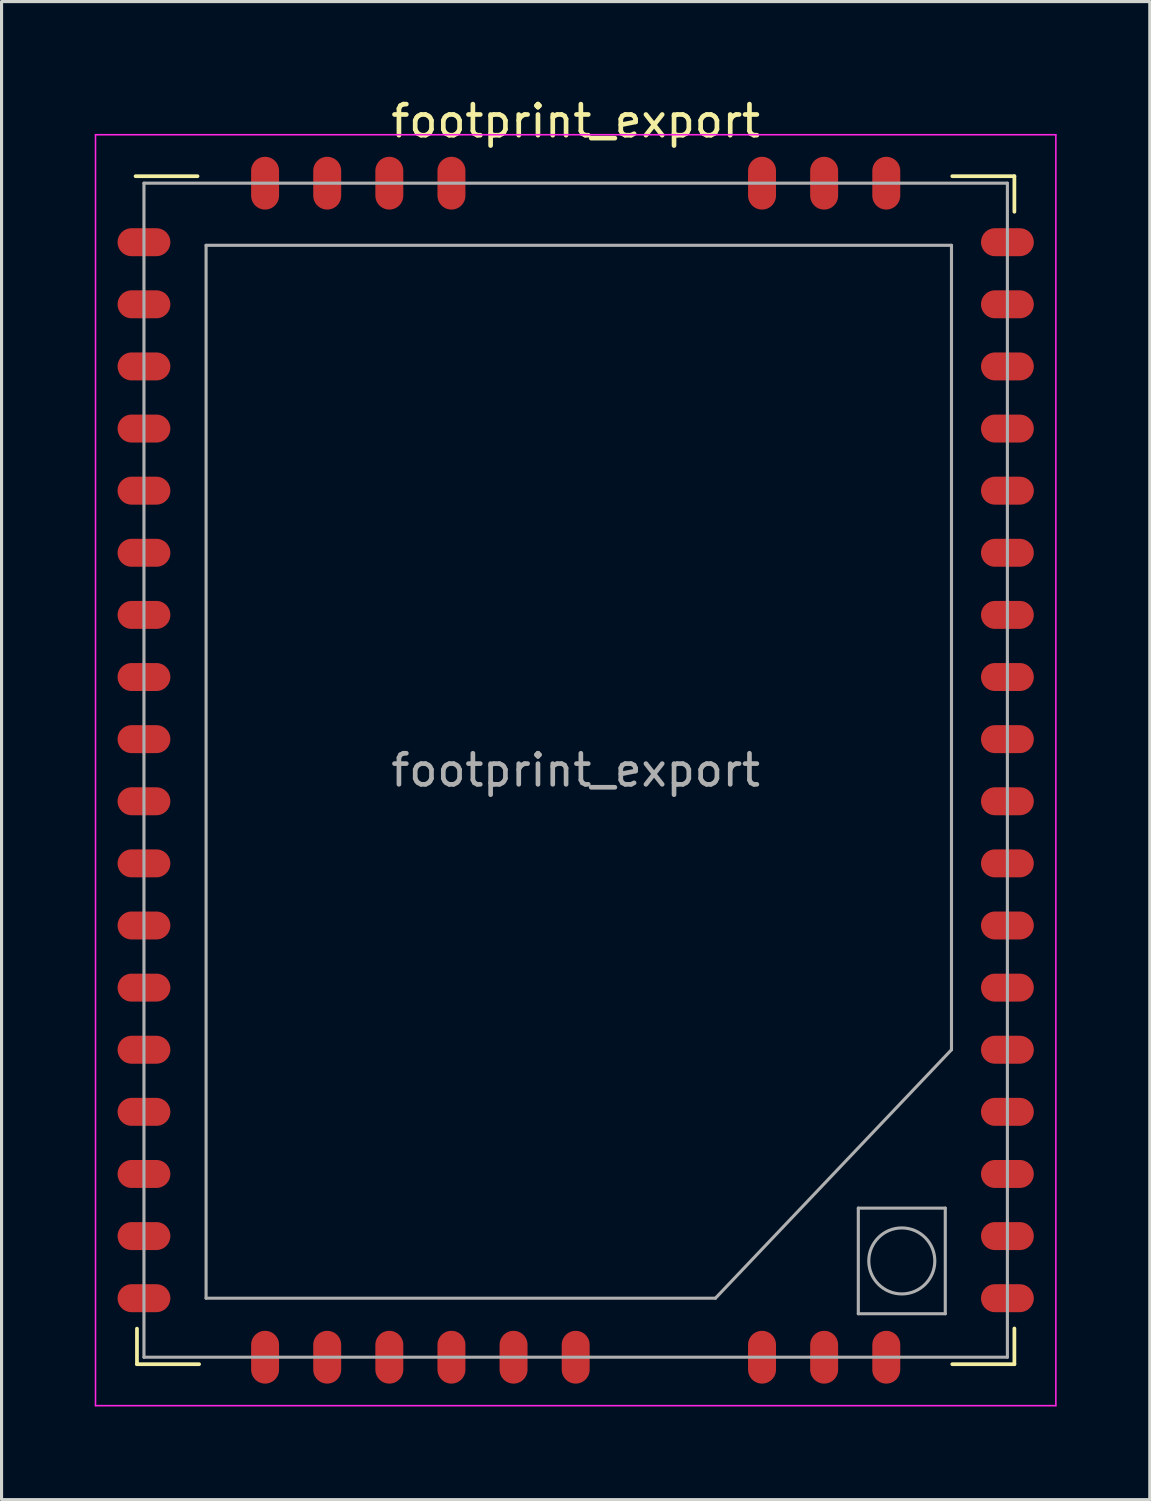
<source format=kicad_pcb>
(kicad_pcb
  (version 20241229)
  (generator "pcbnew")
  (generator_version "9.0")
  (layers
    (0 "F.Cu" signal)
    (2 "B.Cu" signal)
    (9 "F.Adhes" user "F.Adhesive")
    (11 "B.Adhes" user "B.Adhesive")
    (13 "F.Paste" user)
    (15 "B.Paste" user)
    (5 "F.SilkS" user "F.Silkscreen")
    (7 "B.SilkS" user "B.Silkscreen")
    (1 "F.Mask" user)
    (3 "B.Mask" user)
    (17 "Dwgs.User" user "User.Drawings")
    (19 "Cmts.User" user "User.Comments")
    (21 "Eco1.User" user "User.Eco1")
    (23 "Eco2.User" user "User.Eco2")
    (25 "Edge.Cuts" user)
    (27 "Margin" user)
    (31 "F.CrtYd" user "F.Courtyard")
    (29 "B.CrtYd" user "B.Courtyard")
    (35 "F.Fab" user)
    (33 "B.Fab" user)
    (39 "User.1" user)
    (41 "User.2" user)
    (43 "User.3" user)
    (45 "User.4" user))
  (footprint "footprint_export"
    (layer "F.Cu")
    (at 15.485 21.748)
    (property "Reference" "footprint_export" (at 0 -20.9 0) (layer "F.SilkS") (effects (font (size 1 1) (thickness 0.15))))
    (attr smd)
    (fp_line (start -14.17 -19.125) (end -12.175 -19.125) (stroke (width 0.12) (type solid)) (layer "F.SilkS"))
    (fp_line (start -14.125 17.98) (end -14.125 19.125) (stroke (width 0.12) (type solid)) (layer "F.SilkS"))
    (fp_line (start -12.125 19.125) (end -14.125 19.125) (stroke (width 0.12) (type solid)) (layer "F.SilkS"))
    (fp_line (start 12.125 -19.125) (end 14.125 -19.125) (stroke (width 0.12) (type solid)) (layer "F.SilkS"))
    (fp_line (start 12.125 19.125) (end 14.125 19.125) (stroke (width 0.12) (type solid)) (layer "F.SilkS"))
    (fp_line (start 14.125 -17.98) (end 14.125 -19.125) (stroke (width 0.12) (type solid)) (layer "F.SilkS"))
    (fp_line (start 14.125 17.975) (end 14.125 19.125) (stroke (width 0.12) (type solid)) (layer "F.SilkS"))
    (fp_line (start -15.46 -20.46) (end 15.46 -20.46) (stroke (width 0.05) (type solid)) (layer "F.CrtYd"))
    (fp_line (start -15.46 20.46) (end -15.46 -20.46) (stroke (width 0.05) (type solid)) (layer "F.CrtYd"))
    (fp_line (start 15.46 -20.46) (end 15.46 20.46) (stroke (width 0.05) (type solid)) (layer "F.CrtYd"))
    (fp_line (start 15.46 20.46) (end -15.46 20.46) (stroke (width 0.05) (type solid)) (layer "F.CrtYd"))
    (fp_line (start -13.9 -18.9) (end -13.9 18.9) (stroke (width 0.1) (type solid)) (layer "F.Fab"))
    (fp_line (start -13.9 18.9) (end 13.9 18.9) (stroke (width 0.1) (type solid)) (layer "F.Fab"))
    (fp_line (start -11.9 -16.9) (end -11.9 17) (stroke (width 0.1) (type solid)) (layer "F.Fab"))
    (fp_line (start -11.9 17) (end 4.5 17) (stroke (width 0.1) (type solid)) (layer "F.Fab"))
    (fp_line (start 4.5 17) (end 12.1 9) (stroke (width 0.1) (type solid)) (layer "F.Fab"))
    (fp_line (start 9.1 14.1) (end 11.9 14.1) (stroke (width 0.1) (type solid)) (layer "F.Fab"))
    (fp_line (start 9.1 17.5) (end 9.1 14.1) (stroke (width 0.1) (type solid)) (layer "F.Fab"))
    (fp_line (start 11.9 14.1) (end 11.9 17.5) (stroke (width 0.1) (type solid)) (layer "F.Fab"))
    (fp_line (start 11.9 17.5) (end 9.1 17.5) (stroke (width 0.1) (type solid)) (layer "F.Fab"))
    (fp_line (start 12.1 -16.9) (end -11.9 -16.9) (stroke (width 0.1) (type solid)) (layer "F.Fab"))
    (fp_line (start 12.1 9) (end 12.1 -16.9) (stroke (width 0.1) (type solid)) (layer "F.Fab"))
    (fp_line (start 13.9 -18.9) (end -13.9 -18.9) (stroke (width 0.1) (type solid)) (layer "F.Fab"))
    (fp_line (start 13.9 18.9) (end 13.9 -18.9) (stroke (width 0.1) (type solid)) (layer "F.Fab"))
    (fp_circle (center 10.5 15.8) (end 10.5 16.863) (stroke (width 0.1) (type solid)) (fill no) (layer "F.Fab"))
    (fp_text user "${REFERENCE}" (at 0 0 0) (layer "F.Fab") (effects (font (size 1 1) (thickness 0.15))))
    (pad "" smd custom (at -13.5 -17 180) (size 0.9 0.9) (layers "F.Paste") (options (anchor circle)) (primitives (gr_poly (pts (xy 1.27 0.45) (xy -0.01 0.45) (xy -0.01 -0.45) (xy 1.27 -0.45)) (width 0) (fill yes)) (gr_poly (pts (xy 1.63 0.63) (xy 0.76 0.63) (xy 0.76 -0.63) (xy 1.63 -0.63)) (width 0.2) (fill yes))))
    (pad "" smd custom (at -13.5 -15 180) (size 0.9 0.9) (layers "F.Paste") (options (anchor circle)) (primitives (gr_poly (pts (xy 1.27 0.45) (xy -0.01 0.45) (xy -0.01 -0.45) (xy 1.27 -0.45)) (width 0) (fill yes)) (gr_poly (pts (xy 1.63 0.63) (xy 0.76 0.63) (xy 0.76 -0.63) (xy 1.63 -0.63)) (width 0.2) (fill yes))))
    (pad "" smd custom (at -13.5 -13 180) (size 0.9 0.9) (layers "F.Paste") (options (anchor circle)) (primitives (gr_poly (pts (xy 1.27 0.45) (xy -0.01 0.45) (xy -0.01 -0.45) (xy 1.27 -0.45)) (width 0) (fill yes)) (gr_poly (pts (xy 1.63 0.63) (xy 0.76 0.63) (xy 0.76 -0.63) (xy 1.63 -0.63)) (width 0.2) (fill yes))))
    (pad "" smd custom (at -13.5 -9 180) (size 0.9 0.9) (layers "F.Paste") (options (anchor circle)) (primitives (gr_poly (pts (xy 1.27 0.45) (xy -0.01 0.45) (xy -0.01 -0.45) (xy 1.27 -0.45)) (width 0) (fill yes)) (gr_poly (pts (xy 1.63 0.63) (xy 0.76 0.63) (xy 0.76 -0.63) (xy 1.63 -0.63)) (width 0.2) (fill yes))))
    (pad "" smd custom (at -13.5 -7 180) (size 0.9 0.9) (layers "F.Paste") (options (anchor circle)) (primitives (gr_poly (pts (xy 1.27 0.45) (xy -0.01 0.45) (xy -0.01 -0.45) (xy 1.27 -0.45)) (width 0) (fill yes)) (gr_poly (pts (xy 1.63 0.63) (xy 0.76 0.63) (xy 0.76 -0.63) (xy 1.63 -0.63)) (width 0.2) (fill yes))))
    (pad "" smd custom (at -13.5 -5 180) (size 0.9 0.9) (layers "F.Paste") (options (anchor circle)) (primitives (gr_poly (pts (xy 1.27 0.45) (xy -0.01 0.45) (xy -0.01 -0.45) (xy 1.27 -0.45)) (width 0) (fill yes)) (gr_poly (pts (xy 1.63 0.63) (xy 0.76 0.63) (xy 0.76 -0.63) (xy 1.63 -0.63)) (width 0.2) (fill yes))))
    (pad "" smd custom (at -13.5 -3 180) (size 0.9 0.9) (layers "F.Paste") (options (anchor circle)) (primitives (gr_poly (pts (xy 1.27 0.45) (xy -0.01 0.45) (xy -0.01 -0.45) (xy 1.27 -0.45)) (width 0) (fill yes)) (gr_poly (pts (xy 1.63 0.63) (xy 0.76 0.63) (xy 0.76 -0.63) (xy 1.63 -0.63)) (width 0.2) (fill yes))))
    (pad "" smd custom (at -13.5 -1 180) (size 0.9 0.9) (layers "F.Paste") (options (anchor circle)) (primitives (gr_poly (pts (xy 1.27 0.45) (xy -0.01 0.45) (xy -0.01 -0.45) (xy 1.27 -0.45)) (width 0) (fill yes)) (gr_poly (pts (xy 1.63 0.63) (xy 0.76 0.63) (xy 0.76 -0.63) (xy 1.63 -0.63)) (width 0.2) (fill yes))))
    (pad "" smd custom (at -13.5 1 180) (size 0.9 0.9) (layers "F.Paste") (options (anchor circle)) (primitives (gr_poly (pts (xy 1.27 0.45) (xy -0.01 0.45) (xy -0.01 -0.45) (xy 1.27 -0.45)) (width 0) (fill yes)) (gr_poly (pts (xy 1.63 0.63) (xy 0.76 0.63) (xy 0.76 -0.63) (xy 1.63 -0.63)) (width 0.2) (fill yes))))
    (pad "" smd custom (at -13.5 3 180) (size 0.9 0.9) (layers "F.Paste") (options (anchor circle)) (primitives (gr_poly (pts (xy 1.27 0.45) (xy -0.01 0.45) (xy -0.01 -0.45) (xy 1.27 -0.45)) (width 0) (fill yes)) (gr_poly (pts (xy 1.63 0.63) (xy 0.76 0.63) (xy 0.76 -0.63) (xy 1.63 -0.63)) (width 0.2) (fill yes))))
    (pad "" smd custom (at -13.5 5 180) (size 0.9 0.9) (layers "F.Paste") (options (anchor circle)) (primitives (gr_poly (pts (xy 1.27 0.45) (xy -0.01 0.45) (xy -0.01 -0.45) (xy 1.27 -0.45)) (width 0) (fill yes)) (gr_poly (pts (xy 1.63 0.63) (xy 0.76 0.63) (xy 0.76 -0.63) (xy 1.63 -0.63)) (width 0.2) (fill yes))))
    (pad "" smd custom (at -13.5 7 180) (size 0.9 0.9) (layers "F.Paste") (options (anchor circle)) (primitives (gr_poly (pts (xy 1.27 0.45) (xy -0.01 0.45) (xy -0.01 -0.45) (xy 1.27 -0.45)) (width 0) (fill yes)) (gr_poly (pts (xy 1.63 0.63) (xy 0.76 0.63) (xy 0.76 -0.63) (xy 1.63 -0.63)) (width 0.2) (fill yes))))
    (pad "" smd custom (at -13.5 9 180) (size 0.9 0.9) (layers "F.Paste") (options (anchor circle)) (primitives (gr_poly (pts (xy 1.27 0.45) (xy -0.01 0.45) (xy -0.01 -0.45) (xy 1.27 -0.45)) (width 0) (fill yes)) (gr_poly (pts (xy 1.63 0.63) (xy 0.76 0.63) (xy 0.76 -0.63) (xy 1.63 -0.63)) (width 0.2) (fill yes))))
    (pad "" smd custom (at -13.5 11 180) (size 0.9 0.9) (layers "F.Paste") (options (anchor circle)) (primitives (gr_poly (pts (xy 1.27 0.45) (xy -0.01 0.45) (xy -0.01 -0.45) (xy 1.27 -0.45)) (width 0) (fill yes)) (gr_poly (pts (xy 1.63 0.63) (xy 0.76 0.63) (xy 0.76 -0.63) (xy 1.63 -0.63)) (width 0.2) (fill yes))))
    (pad "" smd custom (at -13.5 15 180) (size 0.9 0.9) (layers "F.Paste") (options (anchor circle)) (primitives (gr_poly (pts (xy 1.27 0.45) (xy -0.01 0.45) (xy -0.01 -0.45) (xy 1.27 -0.45)) (width 0) (fill yes)) (gr_poly (pts (xy 1.63 0.63) (xy 0.76 0.63) (xy 0.76 -0.63) (xy 1.63 -0.63)) (width 0.2) (fill yes))))
    (pad "" smd custom (at -13.5 17 180) (size 0.9 0.9) (layers "F.Paste") (options (anchor circle)) (primitives (gr_poly (pts (xy 1.27 0.45) (xy -0.01 0.45) (xy -0.01 -0.45) (xy 1.27 -0.45)) (width 0) (fill yes)) (gr_poly (pts (xy 1.63 0.63) (xy 0.76 0.63) (xy 0.76 -0.63) (xy 1.63 -0.63)) (width 0.2) (fill yes))))
    (pad "" smd custom (at -13.45 -11 180) (size 0.9 0.9) (layers "F.Paste") (options (anchor circle)) (primitives (gr_poly (pts (xy 1.27 0.45) (xy -0.01 0.45) (xy -0.01 -0.45) (xy 1.27 -0.45)) (width 0) (fill yes)) (gr_poly (pts (xy 1.63 0.63) (xy 0.76 0.63) (xy 0.76 -0.63) (xy 1.63 -0.63)) (width 0.2) (fill yes))))
    (pad "" smd custom (at -13.45 13 180) (size 0.9 0.9) (layers "F.Paste") (options (anchor circle)) (primitives (gr_poly (pts (xy 1.27 0.45) (xy -0.01 0.45) (xy -0.01 -0.45) (xy 1.27 -0.45)) (width 0) (fill yes)) (gr_poly (pts (xy 1.63 0.63) (xy 0.76 0.63) (xy 0.76 -0.63) (xy 1.63 -0.63)) (width 0.2) (fill yes))))
    (pad "" smd custom (at -10 -18.5 90) (size 0.9 0.9) (layers "F.Paste") (options (anchor circle)) (primitives (gr_poly (pts (xy 1.27 0.45) (xy -0.01 0.45) (xy -0.01 -0.45) (xy 1.27 -0.45)) (width 0) (fill yes)) (gr_poly (pts (xy 1.63 0.63) (xy 0.76 0.63) (xy 0.76 -0.63) (xy 1.63 -0.63)) (width 0.2) (fill yes))))
    (pad "" smd custom (at -10 18.5 270) (size 0.9 0.9) (layers "F.Paste") (options (anchor circle)) (primitives (gr_poly (pts (xy 1.27 0.45) (xy -0.01 0.45) (xy -0.01 -0.45) (xy 1.27 -0.45)) (width 0) (fill yes)) (gr_poly (pts (xy 1.63 0.63) (xy 0.76 0.63) (xy 0.76 -0.63) (xy 1.63 -0.63)) (width 0.2) (fill yes))))
    (pad "" smd custom (at -8 -18.5 90) (size 0.9 0.9) (layers "F.Paste") (options (anchor circle)) (primitives (gr_poly (pts (xy 1.27 0.45) (xy -0.01 0.45) (xy -0.01 -0.45) (xy 1.27 -0.45)) (width 0) (fill yes)) (gr_poly (pts (xy 1.63 0.63) (xy 0.76 0.63) (xy 0.76 -0.63) (xy 1.63 -0.63)) (width 0.2) (fill yes))))
    (pad "" smd custom (at -8 18.5 270) (size 0.9 0.9) (layers "F.Paste") (options (anchor circle)) (primitives (gr_poly (pts (xy 1.27 0.45) (xy -0.01 0.45) (xy -0.01 -0.45) (xy 1.27 -0.45)) (width 0) (fill yes)) (gr_poly (pts (xy 1.63 0.63) (xy 0.76 0.63) (xy 0.76 -0.63) (xy 1.63 -0.63)) (width 0.2) (fill yes))))
    (pad "" smd custom (at -6 -18.5 90) (size 0.9 0.9) (layers "F.Paste") (options (anchor circle)) (primitives (gr_poly (pts (xy 1.27 0.45) (xy -0.01 0.45) (xy -0.01 -0.45) (xy 1.27 -0.45)) (width 0) (fill yes)) (gr_poly (pts (xy 1.63 0.63) (xy 0.76 0.63) (xy 0.76 -0.63) (xy 1.63 -0.63)) (width 0.2) (fill yes))))
    (pad "" smd custom (at -6 18.5 270) (size 0.9 0.9) (layers "F.Paste") (options (anchor circle)) (primitives (gr_poly (pts (xy 1.27 0.45) (xy -0.01 0.45) (xy -0.01 -0.45) (xy 1.27 -0.45)) (width 0) (fill yes)) (gr_poly (pts (xy 1.63 0.63) (xy 0.76 0.63) (xy 0.76 -0.63) (xy 1.63 -0.63)) (width 0.2) (fill yes))))
    (pad "" smd custom (at -4 -18.5 90) (size 0.9 0.9) (layers "F.Paste") (options (anchor circle)) (primitives (gr_poly (pts (xy 1.27 0.45) (xy -0.01 0.45) (xy -0.01 -0.45) (xy 1.27 -0.45)) (width 0) (fill yes)) (gr_poly (pts (xy 1.63 0.63) (xy 0.76 0.63) (xy 0.76 -0.63) (xy 1.63 -0.63)) (width 0.2) (fill yes))))
    (pad "" smd custom (at -4 18.5 270) (size 0.9 0.9) (layers "F.Paste") (options (anchor circle)) (primitives (gr_poly (pts (xy 1.27 0.45) (xy -0.01 0.45) (xy -0.01 -0.45) (xy 1.27 -0.45)) (width 0) (fill yes)) (gr_poly (pts (xy 1.63 0.63) (xy 0.76 0.63) (xy 0.76 -0.63) (xy 1.63 -0.63)) (width 0.2) (fill yes))))
    (pad "" smd custom (at -2 18.5 270) (size 0.9 0.9) (layers "F.Paste") (options (anchor circle)) (primitives (gr_poly (pts (xy 1.27 0.45) (xy -0.01 0.45) (xy -0.01 -0.45) (xy 1.27 -0.45)) (width 0) (fill yes)) (gr_poly (pts (xy 1.63 0.63) (xy 0.76 0.63) (xy 0.76 -0.63) (xy 1.63 -0.63)) (width 0.2) (fill yes))))
    (pad "" smd custom (at 0 18.5 270) (size 0.9 0.9) (layers "F.Paste") (options (anchor circle)) (primitives (gr_poly (pts (xy 1.27 0.45) (xy -0.01 0.45) (xy -0.01 -0.45) (xy 1.27 -0.45)) (width 0) (fill yes)) (gr_poly (pts (xy 1.63 0.63) (xy 0.76 0.63) (xy 0.76 -0.63) (xy 1.63 -0.63)) (width 0.2) (fill yes))))
    (pad "" smd custom (at 6 -18.5 90) (size 0.9 0.9) (layers "F.Paste") (options (anchor circle)) (primitives (gr_poly (pts (xy 1.27 0.45) (xy -0.01 0.45) (xy -0.01 -0.45) (xy 1.27 -0.45)) (width 0) (fill yes)) (gr_poly (pts (xy 1.63 0.63) (xy 0.76 0.63) (xy 0.76 -0.63) (xy 1.63 -0.63)) (width 0.2) (fill yes))))
    (pad "" smd custom (at 6 18.5 270) (size 0.9 0.9) (layers "F.Paste") (options (anchor circle)) (primitives (gr_poly (pts (xy 1.27 0.45) (xy -0.01 0.45) (xy -0.01 -0.45) (xy 1.27 -0.45)) (width 0) (fill yes)) (gr_poly (pts (xy 1.63 0.63) (xy 0.76 0.63) (xy 0.76 -0.63) (xy 1.63 -0.63)) (width 0.2) (fill yes))))
    (pad "" smd custom (at 8 -18.5 90) (size 0.9 0.9) (layers "F.Paste") (options (anchor circle)) (primitives (gr_poly (pts (xy 1.27 0.45) (xy -0.01 0.45) (xy -0.01 -0.45) (xy 1.27 -0.45)) (width 0) (fill yes)) (gr_poly (pts (xy 1.63 0.63) (xy 0.76 0.63) (xy 0.76 -0.63) (xy 1.63 -0.63)) (width 0.2) (fill yes))))
    (pad "" smd custom (at 8 18.5 270) (size 0.9 0.9) (layers "F.Paste") (options (anchor circle)) (primitives (gr_poly (pts (xy 1.25 0.57) (xy 0.1 0.57) (xy 0.1 -0.58) (xy 1.25 -0.58)) (width 0.2) (fill yes))))
    (pad "" smd custom (at 10 -18.5 90) (size 0.9 0.9) (layers "F.Paste") (options (anchor circle)) (primitives (gr_poly (pts (xy 1.27 0.45) (xy -0.01 0.45) (xy -0.01 -0.45) (xy 1.27 -0.45)) (width 0) (fill yes)) (gr_poly (pts (xy 1.63 0.63) (xy 0.76 0.63) (xy 0.76 -0.63) (xy 1.63 -0.63)) (width 0.2) (fill yes))))
    (pad "" smd custom (at 10 18.5 270) (size 0.9 0.9) (layers "F.Paste") (options (anchor circle)) (primitives (gr_poly (pts (xy 1.27 0.45) (xy -0.01 0.45) (xy -0.01 -0.45) (xy 1.27 -0.45)) (width 0) (fill yes)) (gr_poly (pts (xy 1.63 0.63) (xy 0.76 0.63) (xy 0.76 -0.63) (xy 1.63 -0.63)) (width 0.2) (fill yes))))
    (pad "" smd custom (at 13.5 -17) (size 0.9 0.9) (layers "F.Paste") (options (anchor circle)) (primitives (gr_poly (pts (xy 1.27 0.45) (xy -0.01 0.45) (xy -0.01 -0.45) (xy 1.27 -0.45)) (width 0) (fill yes)) (gr_poly (pts (xy 1.63 0.63) (xy 0.76 0.63) (xy 0.76 -0.63) (xy 1.63 -0.63)) (width 0.2) (fill yes))))
    (pad "" smd custom (at 13.5 -15) (size 0.9 0.9) (layers "F.Paste") (options (anchor circle)) (primitives (gr_poly (pts (xy 1.27 0.45) (xy -0.01 0.45) (xy -0.01 -0.45) (xy 1.27 -0.45)) (width 0) (fill yes)) (gr_poly (pts (xy 1.63 0.63) (xy 0.76 0.63) (xy 0.76 -0.63) (xy 1.63 -0.63)) (width 0.2) (fill yes))))
    (pad "" smd custom (at 13.5 -13) (size 0.9 0.9) (layers "F.Paste") (options (anchor circle)) (primitives (gr_poly (pts (xy 1.27 0.45) (xy -0.01 0.45) (xy -0.01 -0.45) (xy 1.27 -0.45)) (width 0) (fill yes)) (gr_poly (pts (xy 1.63 0.63) (xy 0.76 0.63) (xy 0.76 -0.63) (xy 1.63 -0.63)) (width 0.2) (fill yes))))
    (pad "" smd custom (at 13.5 -11) (size 0.9 0.9) (layers "F.Paste") (options (anchor circle)) (primitives (gr_poly (pts (xy 1.27 0.45) (xy -0.01 0.45) (xy -0.01 -0.45) (xy 1.27 -0.45)) (width 0) (fill yes)) (gr_poly (pts (xy 1.63 0.63) (xy 0.76 0.63) (xy 0.76 -0.63) (xy 1.63 -0.63)) (width 0.2) (fill yes))))
    (pad "" smd custom (at 13.5 -9) (size 0.9 0.9) (layers "F.Paste") (options (anchor circle)) (primitives (gr_poly (pts (xy 1.27 0.45) (xy -0.01 0.45) (xy -0.01 -0.45) (xy 1.27 -0.45)) (width 0) (fill yes)) (gr_poly (pts (xy 1.63 0.63) (xy 0.76 0.63) (xy 0.76 -0.63) (xy 1.63 -0.63)) (width 0.2) (fill yes))))
    (pad "" smd custom (at 13.5 -7) (size 0.9 0.9) (layers "F.Paste") (options (anchor circle)) (primitives (gr_poly (pts (xy 1.27 0.45) (xy -0.01 0.45) (xy -0.01 -0.45) (xy 1.27 -0.45)) (width 0) (fill yes)) (gr_poly (pts (xy 1.63 0.63) (xy 0.76 0.63) (xy 0.76 -0.63) (xy 1.63 -0.63)) (width 0.2) (fill yes))))
    (pad "" smd custom (at 13.5 -5) (size 0.9 0.9) (layers "F.Paste") (options (anchor circle)) (primitives (gr_poly (pts (xy 1.27 0.45) (xy -0.01 0.45) (xy -0.01 -0.45) (xy 1.27 -0.45)) (width 0) (fill yes)) (gr_poly (pts (xy 1.63 0.63) (xy 0.76 0.63) (xy 0.76 -0.63) (xy 1.63 -0.63)) (width 0.2) (fill yes))))
    (pad "" smd custom (at 13.5 -3) (size 0.9 0.9) (layers "F.Paste") (options (anchor circle)) (primitives (gr_poly (pts (xy 1.27 0.45) (xy -0.01 0.45) (xy -0.01 -0.45) (xy 1.27 -0.45)) (width 0) (fill yes)) (gr_poly (pts (xy 1.63 0.63) (xy 0.76 0.63) (xy 0.76 -0.63) (xy 1.63 -0.63)) (width 0.2) (fill yes))))
    (pad "" smd custom (at 13.5 -1) (size 0.9 0.9) (layers "F.Paste") (options (anchor circle)) (primitives (gr_poly (pts (xy 1.27 0.45) (xy -0.01 0.45) (xy -0.01 -0.45) (xy 1.27 -0.45)) (width 0) (fill yes)) (gr_poly (pts (xy 1.63 0.63) (xy 0.76 0.63) (xy 0.76 -0.63) (xy 1.63 -0.63)) (width 0.2) (fill yes))))
    (pad "" smd custom (at 13.5 1) (size 0.9 0.9) (layers "F.Paste") (options (anchor circle)) (primitives (gr_poly (pts (xy 1.27 0.45) (xy -0.01 0.45) (xy -0.01 -0.45) (xy 1.27 -0.45)) (width 0) (fill yes)) (gr_poly (pts (xy 1.63 0.63) (xy 0.76 0.63) (xy 0.76 -0.63) (xy 1.63 -0.63)) (width 0.2) (fill yes))))
    (pad "" smd custom (at 13.5 3) (size 0.9 0.9) (layers "F.Paste") (options (anchor circle)) (primitives (gr_poly (pts (xy 1.27 0.45) (xy -0.01 0.45) (xy -0.01 -0.45) (xy 1.27 -0.45)) (width 0) (fill yes)) (gr_poly (pts (xy 1.63 0.63) (xy 0.76 0.63) (xy 0.76 -0.63) (xy 1.63 -0.63)) (width 0.2) (fill yes))))
    (pad "" smd custom (at 13.5 5) (size 0.9 0.9) (layers "F.Paste") (options (anchor circle)) (primitives (gr_poly (pts (xy 1.27 0.45) (xy -0.01 0.45) (xy -0.01 -0.45) (xy 1.27 -0.45)) (width 0) (fill yes)) (gr_poly (pts (xy 1.63 0.63) (xy 0.76 0.63) (xy 0.76 -0.63) (xy 1.63 -0.63)) (width 0.2) (fill yes))))
    (pad "" smd custom (at 13.5 7) (size 0.9 0.9) (layers "F.Paste") (options (anchor circle)) (primitives (gr_poly (pts (xy 1.27 0.45) (xy -0.01 0.45) (xy -0.01 -0.45) (xy 1.27 -0.45)) (width 0) (fill yes)) (gr_poly (pts (xy 1.63 0.63) (xy 0.76 0.63) (xy 0.76 -0.63) (xy 1.63 -0.63)) (width 0.2) (fill yes))))
    (pad "" smd custom (at 13.5 9) (size 0.9 0.9) (layers "F.Paste") (options (anchor circle)) (primitives (gr_poly (pts (xy 1.27 0.45) (xy -0.01 0.45) (xy -0.01 -0.45) (xy 1.27 -0.45)) (width 0) (fill yes)) (gr_poly (pts (xy 1.63 0.63) (xy 0.76 0.63) (xy 0.76 -0.63) (xy 1.63 -0.63)) (width 0.2) (fill yes))))
    (pad "" smd custom (at 13.5 11) (size 0.9 0.9) (layers "F.Paste") (options (anchor circle)) (primitives (gr_poly (pts (xy 1.27 0.45) (xy -0.01 0.45) (xy -0.01 -0.45) (xy 1.27 -0.45)) (width 0) (fill yes)) (gr_poly (pts (xy 1.63 0.63) (xy 0.76 0.63) (xy 0.76 -0.63) (xy 1.63 -0.63)) (width 0.2) (fill yes))))
    (pad "" smd custom (at 13.5 13) (size 0.9 0.9) (layers "F.Paste") (options (anchor circle)) (primitives (gr_poly (pts (xy 1.27 0.45) (xy -0.01 0.45) (xy -0.01 -0.45) (xy 1.27 -0.45)) (width 0) (fill yes)) (gr_poly (pts (xy 1.63 0.63) (xy 0.76 0.63) (xy 0.76 -0.63) (xy 1.63 -0.63)) (width 0.2) (fill yes))))
    (pad "" smd custom (at 13.5 15) (size 0.9 0.9) (layers "F.Paste") (options (anchor circle)) (primitives (gr_poly (pts (xy 1.27 0.45) (xy -0.01 0.45) (xy -0.01 -0.45) (xy 1.27 -0.45)) (width 0) (fill yes)) (gr_poly (pts (xy 1.63 0.63) (xy 0.76 0.63) (xy 0.76 -0.63) (xy 1.63 -0.63)) (width 0.2) (fill yes))))
    (pad "" smd custom (at 13.5 17) (size 0.9 0.9) (layers "F.Paste") (options (anchor circle)) (primitives (gr_poly (pts (xy 1.27 0.45) (xy -0.01 0.45) (xy -0.01 -0.45) (xy 1.27 -0.45)) (width 0) (fill yes)) (gr_poly (pts (xy 1.63 0.63) (xy 0.76 0.63) (xy 0.76 -0.63) (xy 1.63 -0.63)) (width 0.2) (fill yes))))
    (pad "1" smd oval (at -13.9 -17 90) (size 0.9 1.7) (layers "F.Cu" "F.Mask"))
    (pad "2" smd oval (at -13.9 -15 90) (size 0.9 1.7) (layers "F.Cu" "F.Mask"))
    (pad "3" smd oval (at -13.9 -13 90) (size 0.9 1.7) (layers "F.Cu" "F.Mask"))
    (pad "4" smd oval (at -13.9 -11 90) (size 0.9 1.7) (layers "F.Cu" "F.Mask"))
    (pad "5" smd oval (at -13.9 -9 90) (size 0.9 1.7) (layers "F.Cu" "F.Mask"))
    (pad "6" smd oval (at -13.9 -7 90) (size 0.9 1.7) (layers "F.Cu" "F.Mask"))
    (pad "7" smd oval (at -13.9 -5 90) (size 0.9 1.7) (layers "F.Cu" "F.Mask"))
    (pad "8" smd oval (at -13.9 -3 90) (size 0.9 1.7) (layers "F.Cu" "F.Mask"))
    (pad "9" smd oval (at -13.9 -1 90) (size 0.9 1.7) (layers "F.Cu" "F.Mask"))
    (pad "10" smd oval (at -13.9 1 90) (size 0.9 1.7) (layers "F.Cu" "F.Mask"))
    (pad "11" smd oval (at -13.9 3 90) (size 0.9 1.7) (layers "F.Cu" "F.Mask"))
    (pad "12" smd oval (at -13.9 5 90) (size 0.9 1.7) (layers "F.Cu" "F.Mask"))
    (pad "13" smd oval (at -13.9 7 90) (size 0.9 1.7) (layers "F.Cu" "F.Mask"))
    (pad "14" smd oval (at -13.9 9 270) (size 0.9 1.7) (layers "F.Cu" "F.Mask"))
    (pad "15" smd oval (at -13.9 11 270) (size 0.9 1.7) (layers "F.Cu" "F.Mask"))
    (pad "16" smd oval (at -13.9 13 270) (size 0.9 1.7) (layers "F.Cu" "F.Mask"))
    (pad "17" smd oval (at -13.9 15 270) (size 0.9 1.7) (layers "F.Cu" "F.Mask"))
    (pad "18" smd oval (at -13.9 17 270) (size 0.9 1.7) (layers "F.Cu" "F.Mask"))
    (pad "19" smd oval (at -10 18.9) (size 0.9 1.7) (layers "F.Cu" "F.Mask"))
    (pad "20" smd oval (at -8 18.9) (size 0.9 1.7) (layers "F.Cu" "F.Mask"))
    (pad "21" smd oval (at -6 18.9) (size 0.9 1.7) (layers "F.Cu" "F.Mask"))
    (pad "22" smd oval (at -4 18.9) (size 0.9 1.7) (layers "F.Cu" "F.Mask"))
    (pad "23" smd oval (at -2 18.9) (size 0.9 1.7) (layers "F.Cu" "F.Mask"))
    (pad "24" smd oval (at 0 18.9) (size 0.9 1.7) (layers "F.Cu" "F.Mask"))
    (pad "25" smd oval (at 6 18.9) (size 0.9 1.7) (layers "F.Cu" "F.Mask"))
    (pad "26" smd oval (at 8 18.9) (size 0.9 1.7) (layers "F.Cu" "F.Mask"))
    (pad "27" smd oval (at 10 18.9) (size 0.9 1.7) (layers "F.Cu" "F.Mask"))
    (pad "28" smd oval (at 13.9 17 90) (size 0.9 1.7) (layers "F.Cu" "F.Mask"))
    (pad "29" smd oval (at 13.9 15 90) (size 0.9 1.7) (layers "F.Cu" "F.Mask"))
    (pad "30" smd oval (at 13.9 13 90) (size 0.9 1.7) (layers "F.Cu" "F.Mask"))
    (pad "31" smd oval (at 13.9 11 90) (size 0.9 1.7) (layers "F.Cu" "F.Mask"))
    (pad "32" smd oval (at 13.9 9 90) (size 0.9 1.7) (layers "F.Cu" "F.Mask"))
    (pad "33" smd oval (at 13.9 7 90) (size 0.9 1.7) (layers "F.Cu" "F.Mask"))
    (pad "34" smd oval (at 13.9 5 90) (size 0.9 1.7) (layers "F.Cu" "F.Mask"))
    (pad "35" smd oval (at 13.9 3 90) (size 0.9 1.7) (layers "F.Cu" "F.Mask"))
    (pad "36" smd oval (at 13.9 1 90) (size 0.9 1.7) (layers "F.Cu" "F.Mask"))
    (pad "37" smd oval (at 13.9 -1 90) (size 0.9 1.7) (layers "F.Cu" "F.Mask"))
    (pad "38" smd oval (at 13.9 -3 90) (size 0.9 1.7) (layers "F.Cu" "F.Mask"))
    (pad "39" smd oval (at 13.9 -5 90) (size 0.9 1.7) (layers "F.Cu" "F.Mask"))
    (pad "40" smd oval (at 13.9 -7 270) (size 0.9 1.7) (layers "F.Cu" "F.Mask"))
    (pad "41" smd oval (at 13.9 -9 270) (size 0.9 1.7) (layers "F.Cu" "F.Mask"))
    (pad "42" smd oval (at 13.9 -11 270) (size 0.9 1.7) (layers "F.Cu" "F.Mask"))
    (pad "43" smd oval (at 13.9 -13 270) (size 0.9 1.7) (layers "F.Cu" "F.Mask"))
    (pad "44" smd oval (at 13.9 -15 270) (size 0.9 1.7) (layers "F.Cu" "F.Mask"))
    (pad "45" smd oval (at 13.9 -17 270) (size 0.9 1.7) (layers "F.Cu" "F.Mask"))
    (pad "46" smd oval (at 10 -18.9) (size 0.9 1.7) (layers "F.Cu" "F.Mask"))
    (pad "47" smd oval (at 8 -18.9) (size 0.9 1.7) (layers "F.Cu" "F.Mask"))
    (pad "48" smd oval (at 6 -18.9) (size 0.9 1.7) (layers "F.Cu" "F.Mask"))
    (pad "49" smd oval (at -4 -18.9) (size 0.9 1.7) (layers "F.Cu" "F.Mask"))
    (pad "50" smd oval (at -6 -18.9) (size 0.9 1.7) (layers "F.Cu" "F.Mask"))
    (pad "51" smd oval (at -8 -18.9) (size 0.9 1.7) (layers "F.Cu" "F.Mask"))
    (pad "52" smd oval (at -10 -18.9) (size 0.9 1.7) (layers "F.Cu" "F.Mask")))
  (gr_rect
    (start -3 -3)
    (end 33.97 45.233)
    (stroke (width 0.1) (type default))
    (fill no)
    (layer "Edge.Cuts")))
</source>
